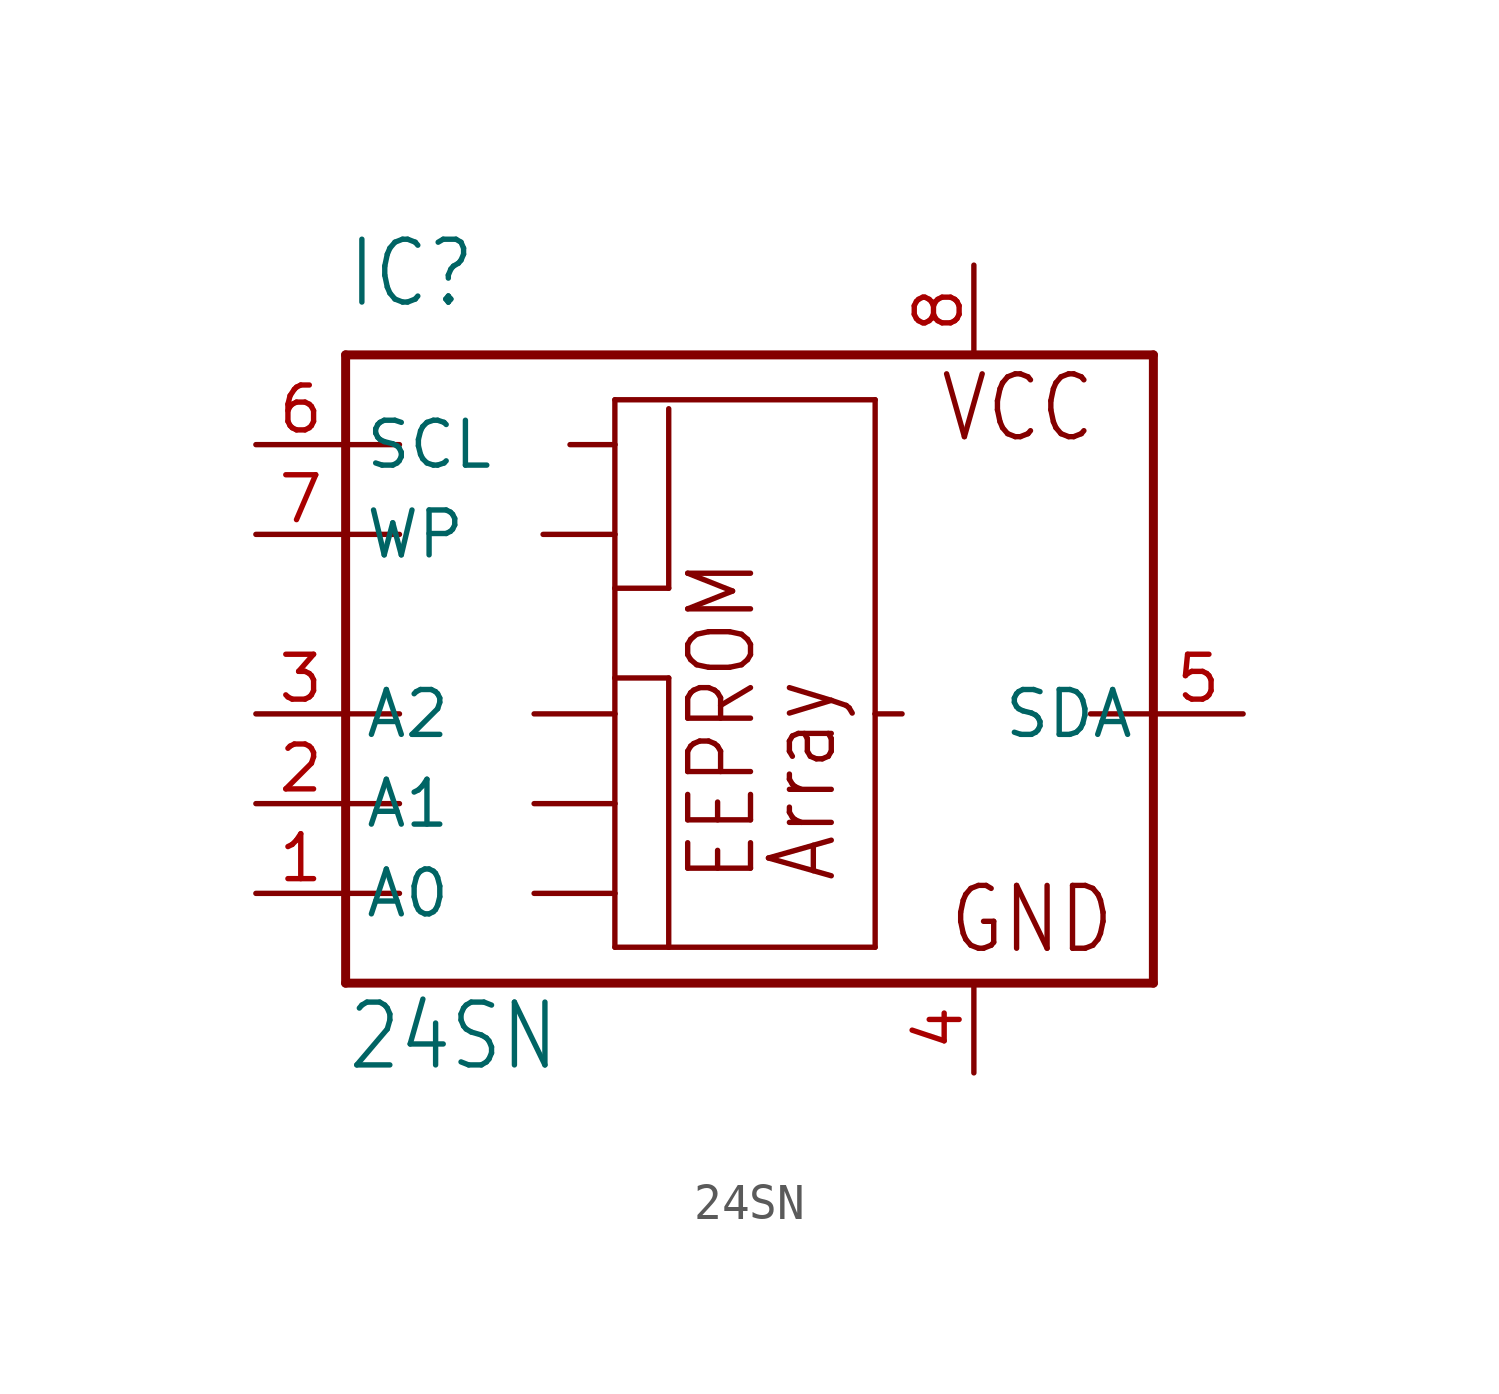
<source format=kicad_sym>
(kicad_symbol_lib
  (version 20211014)
  (generator kicad_symbol_editor)
  (symbol "24SN"
    (property "Reference" "IC"
      (at -10.16 11.43 0)
      (effects (font (size 1.778 1.511)) (justify left bottom)))
    (property "Value" "24SN"
      (at -10.16 -10.16 0)
      (effects (font (size 1.778 1.511)) (justify left bottom)))
    (property "ki_locked" ""
      (at 0 0 0)
      (effects (font (size 1.27 1.27))))
    (symbol "24SN_1_0"
      (polyline (pts (xy -10.16 -7.62) (xy -10.16 -5.08)) (stroke (width 0.254) (type default) (color 0 0 0 0)) (fill (type none)))
      (polyline (pts (xy -10.16 -5.08) (xy -10.16 -2.54)) (stroke (width 0.254) (type default) (color 0 0 0 0)) (fill (type none)))
      (polyline (pts (xy -10.16 -5.08) (xy -8.636 -5.08)) (stroke (width 0.152) (type default) (color 0 0 0 0)) (fill (type none)))
      (polyline (pts (xy -10.16 -2.54) (xy -10.16 0)) (stroke (width 0.254) (type default) (color 0 0 0 0)) (fill (type none)))
      (polyline (pts (xy -10.16 -2.54) (xy -8.636 -2.54)) (stroke (width 0.152) (type default) (color 0 0 0 0)) (fill (type none)))
      (polyline (pts (xy -10.16 0) (xy -10.16 5.08)) (stroke (width 0.254) (type default) (color 0 0 0 0)) (fill (type none)))
      (polyline (pts (xy -10.16 0) (xy -8.636 0)) (stroke (width 0.152) (type default) (color 0 0 0 0)) (fill (type none)))
      (polyline (pts (xy -10.16 5.08) (xy -10.16 7.62)) (stroke (width 0.254) (type default) (color 0 0 0 0)) (fill (type none)))
      (polyline (pts (xy -10.16 5.08) (xy -8.636 5.08)) (stroke (width 0.152) (type default) (color 0 0 0 0)) (fill (type none)))
      (polyline (pts (xy -10.16 7.62) (xy -10.16 10.16)) (stroke (width 0.254) (type default) (color 0 0 0 0)) (fill (type none)))
      (polyline (pts (xy -10.16 7.62) (xy -8.636 7.62)) (stroke (width 0.152) (type default) (color 0 0 0 0)) (fill (type none)))
      (polyline (pts (xy -10.16 10.16) (xy 12.7 10.16)) (stroke (width 0.254) (type default) (color 0 0 0 0)) (fill (type none)))
      (polyline (pts (xy -4.826 -5.08) (xy -2.54 -5.08)) (stroke (width 0.152) (type default) (color 0 0 0 0)) (fill (type none)))
      (polyline (pts (xy -4.826 -2.54) (xy -2.54 -2.54)) (stroke (width 0.152) (type default) (color 0 0 0 0)) (fill (type none)))
      (polyline (pts (xy -4.826 0) (xy -2.54 0)) (stroke (width 0.152) (type default) (color 0 0 0 0)) (fill (type none)))
      (polyline (pts (xy -4.572 5.08) (xy -2.54 5.08)) (stroke (width 0.152) (type default) (color 0 0 0 0)) (fill (type none)))
      (polyline (pts (xy -3.81 7.62) (xy -2.54 7.62)) (stroke (width 0.152) (type default) (color 0 0 0 0)) (fill (type none)))
      (polyline (pts (xy -2.54 -6.604) (xy -2.54 -5.08)) (stroke (width 0.152) (type default) (color 0 0 0 0)) (fill (type none)))
      (polyline (pts (xy -2.54 -5.08) (xy -2.54 -2.54)) (stroke (width 0.152) (type default) (color 0 0 0 0)) (fill (type none)))
      (polyline (pts (xy -2.54 -2.54) (xy -2.54 0)) (stroke (width 0.152) (type default) (color 0 0 0 0)) (fill (type none)))
      (polyline (pts (xy -2.54 0) (xy -2.54 1.016)) (stroke (width 0.152) (type default) (color 0 0 0 0)) (fill (type none)))
      (polyline (pts (xy -2.54 1.016) (xy -2.54 3.556)) (stroke (width 0.152) (type default) (color 0 0 0 0)) (fill (type none)))
      (polyline (pts (xy -2.54 1.016) (xy -1.016 1.016)) (stroke (width 0.152) (type default) (color 0 0 0 0)) (fill (type none)))
      (polyline (pts (xy -2.54 3.556) (xy -2.54 5.08)) (stroke (width 0.152) (type default) (color 0 0 0 0)) (fill (type none)))
      (polyline (pts (xy -2.54 3.556) (xy -1.016 3.556)) (stroke (width 0.152) (type default) (color 0 0 0 0)) (fill (type none)))
      (polyline (pts (xy -2.54 5.08) (xy -2.54 7.62)) (stroke (width 0.152) (type default) (color 0 0 0 0)) (fill (type none)))
      (polyline (pts (xy -2.54 7.62) (xy -2.54 8.89)) (stroke (width 0.152) (type default) (color 0 0 0 0)) (fill (type none)))
      (polyline (pts (xy -2.54 8.89) (xy 4.826 8.89)) (stroke (width 0.152) (type default) (color 0 0 0 0)) (fill (type none)))
      (polyline (pts (xy -1.016 -6.604) (xy -2.54 -6.604)) (stroke (width 0.152) (type default) (color 0 0 0 0)) (fill (type none)))
      (polyline (pts (xy -1.016 1.016) (xy -1.016 -6.604)) (stroke (width 0.152) (type default) (color 0 0 0 0)) (fill (type none)))
      (polyline (pts (xy -1.016 8.636) (xy -1.016 3.556)) (stroke (width 0.152) (type default) (color 0 0 0 0)) (fill (type none)))
      (polyline (pts (xy 4.826 -6.604) (xy -1.016 -6.604)) (stroke (width 0.152) (type default) (color 0 0 0 0)) (fill (type none)))
      (polyline (pts (xy 4.826 0) (xy 4.826 -6.604)) (stroke (width 0.152) (type default) (color 0 0 0 0)) (fill (type none)))
      (polyline (pts (xy 4.826 8.89) (xy 4.826 0)) (stroke (width 0.152) (type default) (color 0 0 0 0)) (fill (type none)))
      (polyline (pts (xy 5.588 0) (xy 4.826 0)) (stroke (width 0.152) (type default) (color 0 0 0 0)) (fill (type none)))
      (polyline (pts (xy 12.7 -7.62) (xy -10.16 -7.62)) (stroke (width 0.254) (type default) (color 0 0 0 0)) (fill (type none)))
      (polyline (pts (xy 12.7 0) (xy 10.922 0)) (stroke (width 0.152) (type default) (color 0 0 0 0)) (fill (type none)))
      (polyline (pts (xy 12.7 0) (xy 12.7 -7.62)) (stroke (width 0.254) (type default) (color 0 0 0 0)) (fill (type none)))
      (polyline (pts (xy 12.7 10.16) (xy 12.7 0)) (stroke (width 0.254) (type default) (color 0 0 0 0)) (fill (type none)))
      (text "Array" (at 3.81 -4.826 900) (effects (font (size 1.778 1.511)) (justify left bottom)))
      (text "EEPROM" (at 1.524 -4.826 900) (effects (font (size 1.778 1.511)) (justify left bottom)))
      (text "GND" (at 6.858 -6.858 0) (effects (font (size 1.778 1.511)) (justify left bottom)))
      (text "VCC" (at 6.604 7.62 0) (effects (font (size 1.778 1.511)) (justify left bottom)))
      (pin input line (at -12.7 -5.08 0) (length 2.54) (name "A0" (effects (font (size 1.27 1.27)))) (number "1" (effects (font (size 1.27 1.27)))))
      (pin input line (at -12.7 -2.54 0) (length 2.54) (name "A1" (effects (font (size 1.27 1.27)))) (number "2" (effects (font (size 1.27 1.27)))))
      (pin input line (at -12.7 0 0) (length 2.54) (name "A2" (effects (font (size 1.27 1.27)))) (number "3" (effects (font (size 1.27 1.27)))))
      (pin power_in line (at 7.62 -10.16 90) (length 2.54) (name "GND" (effects (font (size 0 0)))) (number "4" (effects (font (size 1.27 1.27)))))
      (pin bidirectional line (at 15.24 0 180) (length 2.54) (name "SDA" (effects (font (size 1.27 1.27)))) (number "5" (effects (font (size 1.27 1.27)))))
      (pin input line (at -12.7 7.62 0) (length 2.54) (name "SCL" (effects (font (size 1.27 1.27)))) (number "6" (effects (font (size 1.27 1.27)))))
      (pin input line (at -12.7 5.08 0) (length 2.54) (name "WP" (effects (font (size 1.27 1.27)))) (number "7" (effects (font (size 1.27 1.27)))))
      (pin power_in line (at 7.62 12.7 270) (length 2.54) (name "VCC" (effects (font (size 0 0)))) (number "8" (effects (font (size 1.27 1.27))))))))
</source>
